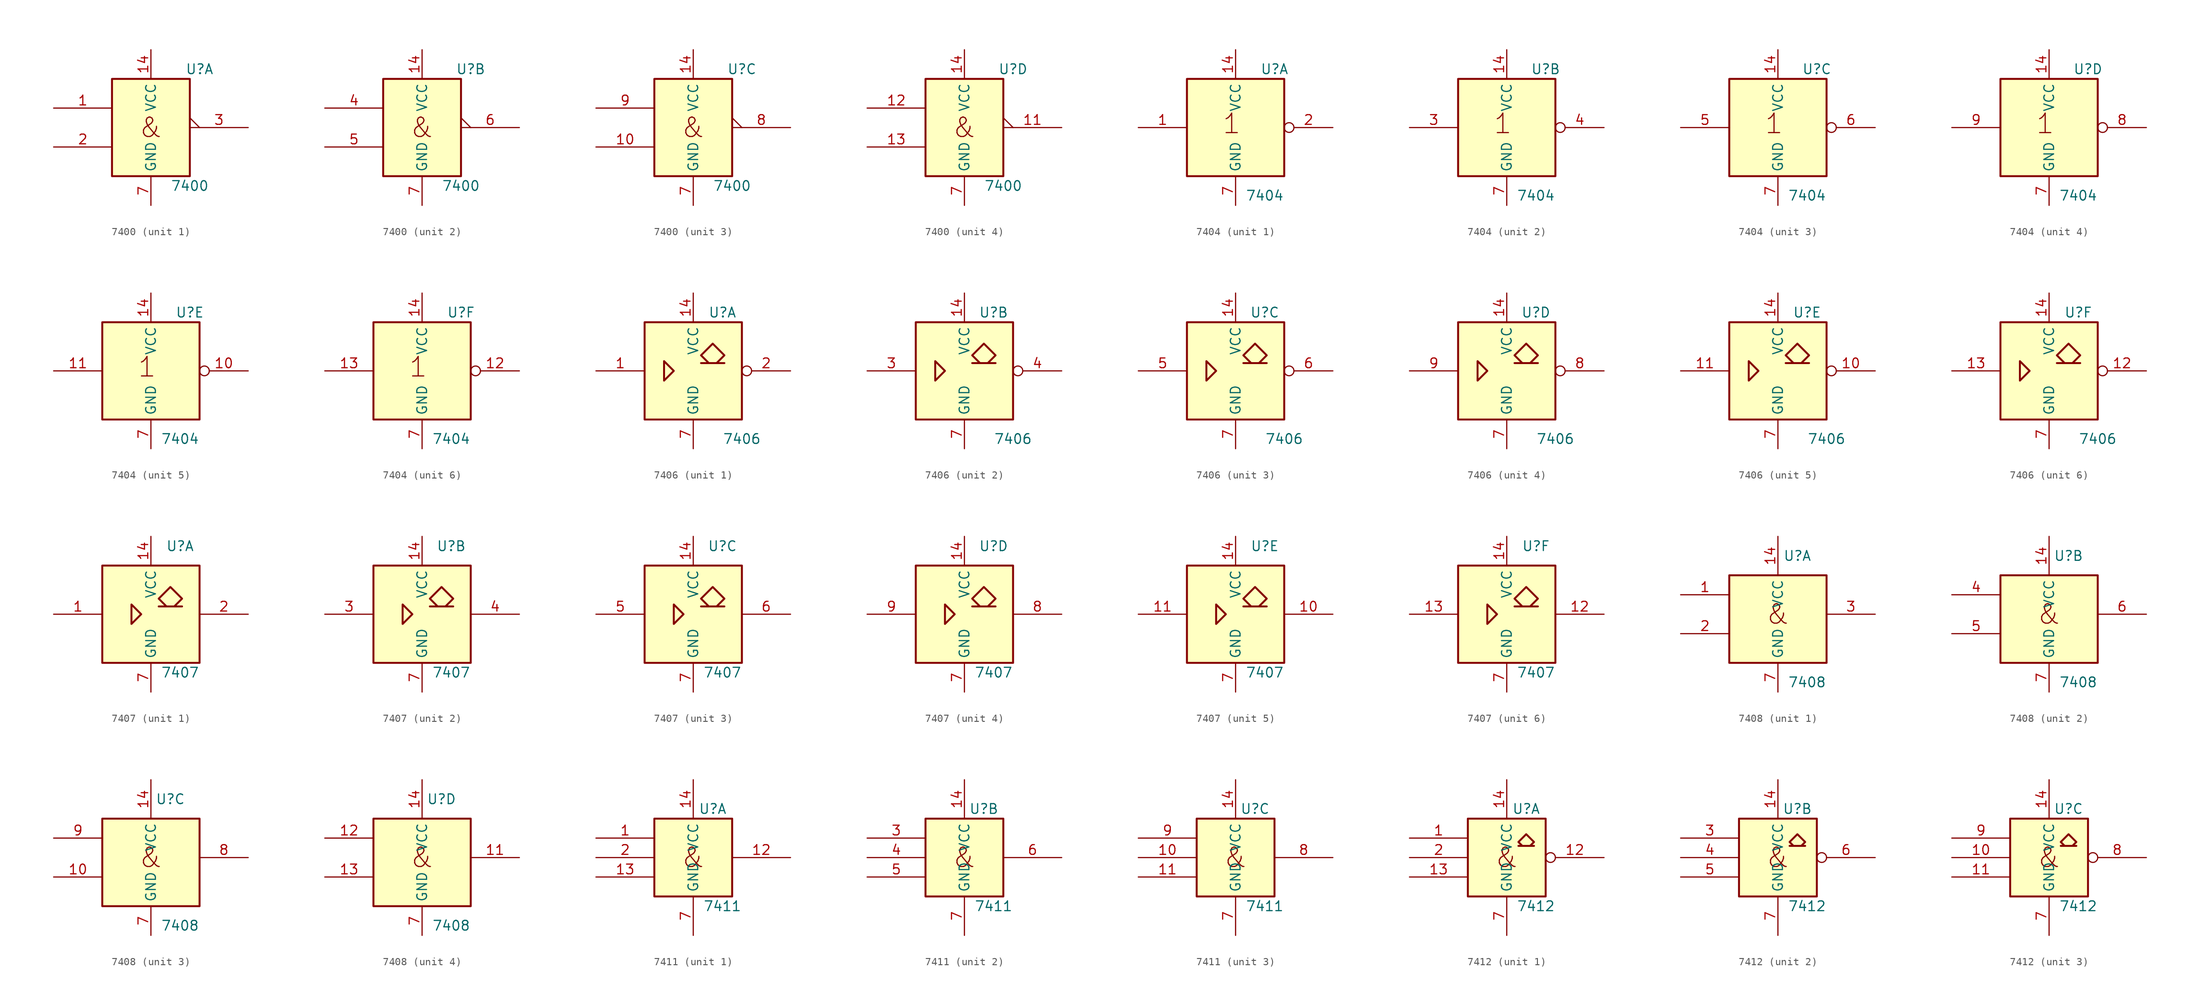
<source format=kicad_sym>
(kicad_symbol_lib
  (version 20231120)
  (generator "kicad_symbol_editor")
  (generator_version "8.0")
  (symbol "7400"
    (property "Reference" "U"
      (at 6.35 7.62 0)
      (effects (font (size 1.27 1.27))))
    (property "Value" "7400"
      (at 5.08 -7.62 0)
      (effects (font (size 1.27 1.27))))
    (symbol "7400_0_0"
      (text "&" (at 0 0 0) (effects (font (size 2.54 2.54)))))
    (symbol "7400_0_1"
      (rectangle (start -5.08 6.35) (end 5.08 -6.35) (stroke (width 0.254) (type default)) (fill (type background)))
      (pin power_in line (at 0 10.16 270) (length 3.81) (name "VCC" (effects (font (size 1.27 1.27)))) (number "14" (effects (font (size 1.27 1.27)))))
      (pin power_in line (at 0 -10.16 90) (length 3.81) (name "GND" (effects (font (size 1.27 1.27)))) (number "7" (effects (font (size 1.27 1.27))))))
    (symbol "7400_1_1"
      (pin input line (at -12.7 2.54 0) (length 7.62) (name "~" (effects (font (size 1.27 1.27)))) (number "1" (effects (font (size 1.27 1.27)))))
      (pin input line (at -12.7 -2.54 0) (length 7.62) (name "~" (effects (font (size 1.27 1.27)))) (number "2" (effects (font (size 1.27 1.27)))))
      (pin output output_low (at 12.7 0 180) (length 7.62) (name "~" (effects (font (size 1.27 1.27)))) (number "3" (effects (font (size 1.27 1.27))))))
    (symbol "7400_2_1"
      (pin input line (at -12.7 2.54 0) (length 7.62) (name "~" (effects (font (size 1.27 1.27)))) (number "4" (effects (font (size 1.27 1.27)))))
      (pin input line (at -12.7 -2.54 0) (length 7.62) (name "~" (effects (font (size 1.27 1.27)))) (number "5" (effects (font (size 1.27 1.27)))))
      (pin output output_low (at 12.7 0 180) (length 7.62) (name "~" (effects (font (size 1.27 1.27)))) (number "6" (effects (font (size 1.27 1.27))))))
    (symbol "7400_3_1"
      (pin input line (at -12.7 -2.54 0) (length 7.62) (name "~" (effects (font (size 1.27 1.27)))) (number "10" (effects (font (size 1.27 1.27)))))
      (pin output output_low (at 12.7 0 180) (length 7.62) (name "~" (effects (font (size 1.27 1.27)))) (number "8" (effects (font (size 1.27 1.27)))))
      (pin input line (at -12.7 2.54 0) (length 7.62) (name "~" (effects (font (size 1.27 1.27)))) (number "9" (effects (font (size 1.27 1.27))))))
    (symbol "7400_4_1"
      (pin output output_low (at 12.7 0 180) (length 7.62) (name "~" (effects (font (size 1.27 1.27)))) (number "11" (effects (font (size 1.27 1.27)))))
      (pin input line (at -12.7 2.54 0) (length 7.62) (name "~" (effects (font (size 1.27 1.27)))) (number "12" (effects (font (size 1.27 1.27)))))
      (pin input line (at -12.7 -2.54 0) (length 7.62) (name "~" (effects (font (size 1.27 1.27)))) (number "13" (effects (font (size 1.27 1.27)))))))
  (symbol "7404"
    (property "Reference" "U"
      (at 5.08 7.62 0)
      (effects (font (size 1.27 1.27))))
    (property "Value" "7404"
      (at 3.81 -8.89 0)
      (effects (font (size 1.27 1.27))))
    (symbol "7404_0_0"
      (text "1" (at -0.508 0.508 0) (effects (font (size 2.54 2.54)))))
    (symbol "7404_0_1"
      (rectangle (start -6.35 6.35) (end 6.35 -6.35) (stroke (width 0.254) (type default)) (fill (type background)))
      (pin power_in line (at 0 10.16 270) (length 3.81) (name "VCC" (effects (font (size 1.27 1.27)))) (number "14" (effects (font (size 1.27 1.27)))))
      (pin power_in line (at 0 -10.16 90) (length 3.81) (name "GND" (effects (font (size 1.27 1.27)))) (number "7" (effects (font (size 1.27 1.27))))))
    (symbol "7404_1_1"
      (pin input line (at -12.7 0 0) (length 6.35) (name "~" (effects (font (size 1.27 1.27)))) (number "1" (effects (font (size 1.27 1.27)))))
      (pin input inverted (at 12.7 0 180) (length 6.35) (name "~" (effects (font (size 1.27 1.27)))) (number "2" (effects (font (size 1.27 1.27))))))
    (symbol "7404_2_1"
      (pin input line (at -12.7 0 0) (length 6.35) (name "~" (effects (font (size 1.27 1.27)))) (number "3" (effects (font (size 1.27 1.27)))))
      (pin input inverted (at 12.7 0 180) (length 6.35) (name "~" (effects (font (size 1.27 1.27)))) (number "4" (effects (font (size 1.27 1.27))))))
    (symbol "7404_3_1"
      (pin input line (at -12.7 0 0) (length 6.35) (name "~" (effects (font (size 1.27 1.27)))) (number "5" (effects (font (size 1.27 1.27)))))
      (pin input inverted (at 12.7 0 180) (length 6.35) (name "~" (effects (font (size 1.27 1.27)))) (number "6" (effects (font (size 1.27 1.27))))))
    (symbol "7404_4_1"
      (pin input inverted (at 12.7 0 180) (length 6.35) (name "~" (effects (font (size 1.27 1.27)))) (number "8" (effects (font (size 1.27 1.27)))))
      (pin input line (at -12.7 0 0) (length 6.35) (name "~" (effects (font (size 1.27 1.27)))) (number "9" (effects (font (size 1.27 1.27))))))
    (symbol "7404_5_1"
      (pin input inverted (at 12.7 0 180) (length 6.35) (name "~" (effects (font (size 1.27 1.27)))) (number "10" (effects (font (size 1.27 1.27)))))
      (pin input line (at -12.7 0 0) (length 6.35) (name "~" (effects (font (size 1.27 1.27)))) (number "11" (effects (font (size 1.27 1.27))))))
    (symbol "7404_6_1"
      (pin input inverted (at 12.7 0 180) (length 6.35) (name "~" (effects (font (size 1.27 1.27)))) (number "12" (effects (font (size 1.27 1.27)))))
      (pin input line (at -12.7 0 0) (length 6.35) (name "~" (effects (font (size 1.27 1.27)))) (number "13" (effects (font (size 1.27 1.27)))))))
  (symbol "7406"
    (property "Reference" "U"
      (at 3.81 7.62 0)
      (effects (font (size 1.27 1.27))))
    (property "Value" "7406"
      (at 6.35 -8.89 0)
      (effects (font (size 1.27 1.27))))
    (symbol "7406_0_0"
      (polyline (pts (xy -3.81 1.27) (xy -3.81 -1.27) (xy -2.54 0) (xy -3.81 1.27) (xy -3.81 1.27)) (stroke (width 0.254) (type default)) (fill (type background)))
      (polyline (pts (xy 3.048 1.016) (xy 4.064 2.032) (xy 2.54 3.556) (xy 1.016 2.032) (xy 2.032 1.016) (xy 1.016 1.016) (xy 4.064 1.016) (xy 4.064 1.016)) (stroke (width 0.254) (type default)) (fill (type background))))
    (symbol "7406_0_1"
      (rectangle (start -6.35 6.35) (end 6.35 -6.35) (stroke (width 0.254) (type default)) (fill (type background)))
      (pin power_in line (at 0 10.16 270) (length 3.81) (name "VCC" (effects (font (size 1.27 1.27)))) (number "14" (effects (font (size 1.27 1.27)))))
      (pin power_in line (at 0 -10.16 90) (length 3.81) (name "GND" (effects (font (size 1.27 1.27)))) (number "7" (effects (font (size 1.27 1.27))))))
    (symbol "7406_1_1"
      (pin input line (at -12.7 0 0) (length 6.35) (name "~" (effects (font (size 1.27 1.27)))) (number "1" (effects (font (size 1.27 1.27)))))
      (pin open_collector inverted (at 12.7 0 180) (length 6.35) (name "~" (effects (font (size 1.27 1.27)))) (number "2" (effects (font (size 1.27 1.27))))))
    (symbol "7406_2_1"
      (pin input line (at -12.7 0 0) (length 6.35) (name "~" (effects (font (size 1.27 1.27)))) (number "3" (effects (font (size 1.27 1.27)))))
      (pin open_collector inverted (at 12.7 0 180) (length 6.35) (name "~" (effects (font (size 1.27 1.27)))) (number "4" (effects (font (size 1.27 1.27))))))
    (symbol "7406_3_1"
      (pin input line (at -12.7 0 0) (length 6.35) (name "~" (effects (font (size 1.27 1.27)))) (number "5" (effects (font (size 1.27 1.27)))))
      (pin open_collector inverted (at 12.7 0 180) (length 6.35) (name "~" (effects (font (size 1.27 1.27)))) (number "6" (effects (font (size 1.27 1.27))))))
    (symbol "7406_4_1"
      (pin open_collector inverted (at 12.7 0 180) (length 6.35) (name "~" (effects (font (size 1.27 1.27)))) (number "8" (effects (font (size 1.27 1.27)))))
      (pin input line (at -12.7 0 0) (length 6.35) (name "~" (effects (font (size 1.27 1.27)))) (number "9" (effects (font (size 1.27 1.27))))))
    (symbol "7406_5_1"
      (pin open_collector inverted (at 12.7 0 180) (length 6.35) (name "~" (effects (font (size 1.27 1.27)))) (number "10" (effects (font (size 1.27 1.27)))))
      (pin input line (at -12.7 0 0) (length 6.35) (name "~" (effects (font (size 1.27 1.27)))) (number "11" (effects (font (size 1.27 1.27))))))
    (symbol "7406_6_1"
      (pin open_collector inverted (at 12.7 0 180) (length 6.35) (name "~" (effects (font (size 1.27 1.27)))) (number "12" (effects (font (size 1.27 1.27)))))
      (pin input line (at -12.7 0 0) (length 6.35) (name "~" (effects (font (size 1.27 1.27)))) (number "13" (effects (font (size 1.27 1.27)))))))
  (symbol "7407"
    (property "Reference" "U"
      (at 3.81 8.89 0)
      (effects (font (size 1.27 1.27))))
    (property "Value" "7407"
      (at 3.81 -7.62 0)
      (effects (font (size 1.27 1.27))))
    (symbol "7407_0_1"
      (rectangle (start -6.35 6.35) (end 6.35 -6.35) (stroke (width 0.254) (type default)) (fill (type background)))
      (polyline (pts (xy -2.54 1.27) (xy -2.54 -1.27) (xy -1.27 0) (xy -2.54 1.27) (xy -2.54 1.27)) (stroke (width 0.254) (type default)) (fill (type background)))
      (polyline (pts (xy 3.048 1.016) (xy 4.064 2.032) (xy 2.54 3.556) (xy 1.016 2.032) (xy 2.032 1.016) (xy 1.016 1.016) (xy 4.064 1.016) (xy 4.064 1.016)) (stroke (width 0.254) (type default)) (fill (type background)))
      (pin power_in line (at 0 10.16 270) (length 3.81) (name "VCC" (effects (font (size 1.27 1.27)))) (number "14" (effects (font (size 1.27 1.27)))))
      (pin power_in line (at 0 -10.16 90) (length 3.81) (name "GND" (effects (font (size 1.27 1.27)))) (number "7" (effects (font (size 1.27 1.27))))))
    (symbol "7407_1_1"
      (pin input line (at -12.7 0 0) (length 6.35) (name "~" (effects (font (size 1.27 1.27)))) (number "1" (effects (font (size 1.27 1.27)))))
      (pin open_collector line (at 12.7 0 180) (length 6.35) (name "~" (effects (font (size 1.27 1.27)))) (number "2" (effects (font (size 1.27 1.27))))))
    (symbol "7407_2_1"
      (pin input line (at -12.7 0 0) (length 6.35) (name "~" (effects (font (size 1.27 1.27)))) (number "3" (effects (font (size 1.27 1.27)))))
      (pin open_collector line (at 12.7 0 180) (length 6.35) (name "~" (effects (font (size 1.27 1.27)))) (number "4" (effects (font (size 1.27 1.27))))))
    (symbol "7407_3_1"
      (pin input line (at -12.7 0 0) (length 6.35) (name "~" (effects (font (size 1.27 1.27)))) (number "5" (effects (font (size 1.27 1.27)))))
      (pin open_collector line (at 12.7 0 180) (length 6.35) (name "~" (effects (font (size 1.27 1.27)))) (number "6" (effects (font (size 1.27 1.27))))))
    (symbol "7407_4_1"
      (pin open_collector line (at 12.7 0 180) (length 6.35) (name "~" (effects (font (size 1.27 1.27)))) (number "8" (effects (font (size 1.27 1.27)))))
      (pin input line (at -12.7 0 0) (length 6.35) (name "~" (effects (font (size 1.27 1.27)))) (number "9" (effects (font (size 1.27 1.27))))))
    (symbol "7407_5_1"
      (pin open_collector line (at 12.7 0 180) (length 6.35) (name "~" (effects (font (size 1.27 1.27)))) (number "10" (effects (font (size 1.27 1.27)))))
      (pin input line (at -12.7 0 0) (length 6.35) (name "~" (effects (font (size 1.27 1.27)))) (number "11" (effects (font (size 1.27 1.27))))))
    (symbol "7407_6_1"
      (pin open_collector line (at 12.7 0 180) (length 6.35) (name "~" (effects (font (size 1.27 1.27)))) (number "12" (effects (font (size 1.27 1.27)))))
      (pin input line (at -12.7 0 0) (length 6.35) (name "~" (effects (font (size 1.27 1.27)))) (number "13" (effects (font (size 1.27 1.27)))))))
  (symbol "7408"
    (property "Reference" "U"
      (at 2.54 7.62 0)
      (effects (font (size 1.27 1.27))))
    (property "Value" "7408"
      (at 3.81 -8.89 0)
      (effects (font (size 1.27 1.27))))
    (symbol "7408_0_1"
      (rectangle (start -6.35 5.08) (end 6.35 -6.35) (stroke (width 0.254) (type default)) (fill (type background)))
      (text "&" (at 0 0 0) (effects (font (size 2.54 2.54))))
      (pin power_in line (at 0 10.16 270) (length 5.08) (name "VCC" (effects (font (size 1.27 1.27)))) (number "14" (effects (font (size 1.27 1.27)))))
      (pin power_in line (at 0 -10.16 90) (length 3.81) (name "GND" (effects (font (size 1.27 1.27)))) (number "7" (effects (font (size 1.27 1.27))))))
    (symbol "7408_1_1"
      (pin input line (at -12.7 2.54 0) (length 6.35) (name "~" (effects (font (size 1.27 1.27)))) (number "1" (effects (font (size 1.27 1.27)))))
      (pin input line (at -12.7 -2.54 0) (length 6.35) (name "~" (effects (font (size 1.27 1.27)))) (number "2" (effects (font (size 1.27 1.27)))))
      (pin output line (at 12.7 0 180) (length 6.35) (name "~" (effects (font (size 1.27 1.27)))) (number "3" (effects (font (size 1.27 1.27))))))
    (symbol "7408_2_1"
      (pin input line (at -12.7 2.54 0) (length 6.35) (name "~" (effects (font (size 1.27 1.27)))) (number "4" (effects (font (size 1.27 1.27)))))
      (pin input line (at -12.7 -2.54 0) (length 6.35) (name "~" (effects (font (size 1.27 1.27)))) (number "5" (effects (font (size 1.27 1.27)))))
      (pin input line (at 12.7 0 180) (length 6.35) (name "~" (effects (font (size 1.27 1.27)))) (number "6" (effects (font (size 1.27 1.27))))))
    (symbol "7408_3_1"
      (pin input line (at -12.7 -2.54 0) (length 6.35) (name "~" (effects (font (size 1.27 1.27)))) (number "10" (effects (font (size 1.27 1.27)))))
      (pin input line (at 12.7 0 180) (length 6.35) (name "~" (effects (font (size 1.27 1.27)))) (number "8" (effects (font (size 1.27 1.27)))))
      (pin input line (at -12.7 2.54 0) (length 6.35) (name "~" (effects (font (size 1.27 1.27)))) (number "9" (effects (font (size 1.27 1.27))))))
    (symbol "7408_4_1"
      (pin input line (at 12.7 0 180) (length 6.35) (name "~" (effects (font (size 1.27 1.27)))) (number "11" (effects (font (size 1.27 1.27)))))
      (pin input line (at -12.7 2.54 0) (length 6.35) (name "~" (effects (font (size 1.27 1.27)))) (number "12" (effects (font (size 1.27 1.27)))))
      (pin input line (at -12.7 -2.54 0) (length 6.35) (name "~" (effects (font (size 1.27 1.27)))) (number "13" (effects (font (size 1.27 1.27)))))))
  (symbol "7411"
    (property "Reference" "U"
      (at 2.54 6.35 0)
      (effects (font (size 1.27 1.27))))
    (property "Value" "7411"
      (at 3.81 -6.35 0)
      (effects (font (size 1.27 1.27))))
    (symbol "7411_0_0"
      (text "&" (at 0 0 0) (effects (font (size 2.54 2.54)))))
    (symbol "7411_0_1"
      (rectangle (start -5.08 5.08) (end 5.08 -5.08) (stroke (width 0.254) (type default)) (fill (type background)))
      (pin power_in line (at 0 10.16 270) (length 5.08) (name "VCC" (effects (font (size 1.27 1.27)))) (number "14" (effects (font (size 1.27 1.27)))))
      (pin power_in line (at 0 -10.16 90) (length 5.08) (name "GND" (effects (font (size 1.27 1.27)))) (number "7" (effects (font (size 1.27 1.27))))))
    (symbol "7411_1_1"
      (pin input line (at -12.7 2.54 0) (length 7.62) (name "~" (effects (font (size 1.27 1.27)))) (number "1" (effects (font (size 1.27 1.27)))))
      (pin output line (at 12.7 0 180) (length 7.62) (name "~" (effects (font (size 1.27 1.27)))) (number "12" (effects (font (size 1.27 1.27)))))
      (pin input line (at -12.7 -2.54 0) (length 7.62) (name "~" (effects (font (size 1.27 1.27)))) (number "13" (effects (font (size 1.27 1.27)))))
      (pin input line (at -12.7 0 0) (length 7.62) (name "~" (effects (font (size 1.27 1.27)))) (number "2" (effects (font (size 1.27 1.27))))))
    (symbol "7411_2_1"
      (pin input line (at -12.7 2.54 0) (length 7.62) (name "~" (effects (font (size 1.27 1.27)))) (number "3" (effects (font (size 1.27 1.27)))))
      (pin input line (at -12.7 0 0) (length 7.62) (name "~" (effects (font (size 1.27 1.27)))) (number "4" (effects (font (size 1.27 1.27)))))
      (pin input line (at -12.7 -2.54 0) (length 7.62) (name "~" (effects (font (size 1.27 1.27)))) (number "5" (effects (font (size 1.27 1.27)))))
      (pin output line (at 12.7 0 180) (length 7.62) (name "~" (effects (font (size 1.27 1.27)))) (number "6" (effects (font (size 1.27 1.27))))))
    (symbol "7411_3_1"
      (pin input line (at -12.7 0 0) (length 7.62) (name "~" (effects (font (size 1.27 1.27)))) (number "10" (effects (font (size 1.27 1.27)))))
      (pin input line (at -12.7 -2.54 0) (length 7.62) (name "~" (effects (font (size 1.27 1.27)))) (number "11" (effects (font (size 1.27 1.27)))))
      (pin output line (at 12.7 0 180) (length 7.62) (name "~" (effects (font (size 1.27 1.27)))) (number "8" (effects (font (size 1.27 1.27)))))
      (pin input line (at -12.7 2.54 0) (length 7.62) (name "~" (effects (font (size 1.27 1.27)))) (number "9" (effects (font (size 1.27 1.27)))))))
  (symbol "7412"
    (property "Reference" "U"
      (at 2.54 6.35 0)
      (effects (font (size 1.27 1.27))))
    (property "Value" "7412"
      (at 3.81 -6.35 0)
      (effects (font (size 1.27 1.27))))
    (symbol "7412_0_0"
      (polyline (pts (xy 2.032 1.524) (xy 1.524 2.032) (xy 2.54 3.048) (xy 3.556 2.032) (xy 3.048 1.524) (xy 3.556 1.524) (xy 1.524 1.524) (xy 1.524 1.524)) (stroke (width 0.254) (type default)) (fill (type background)))
      (text "&" (at 0 0 0) (effects (font (size 2.54 2.54)))))
    (symbol "7412_0_1"
      (rectangle (start -5.08 5.08) (end 5.08 -5.08) (stroke (width 0.254) (type default)) (fill (type background)))
      (pin power_in line (at 0 10.16 270) (length 5.08) (name "VCC" (effects (font (size 1.27 1.27)))) (number "14" (effects (font (size 1.27 1.27)))))
      (pin power_in line (at 0 -10.16 90) (length 5.08) (name "GND" (effects (font (size 1.27 1.27)))) (number "7" (effects (font (size 1.27 1.27))))))
    (symbol "7412_1_1"
      (pin input line (at -12.7 2.54 0) (length 7.62) (name "~" (effects (font (size 1.27 1.27)))) (number "1" (effects (font (size 1.27 1.27)))))
      (pin open_collector inverted (at 12.7 0 180) (length 7.62) (name "~" (effects (font (size 1.27 1.27)))) (number "12" (effects (font (size 1.27 1.27)))))
      (pin input line (at -12.7 -2.54 0) (length 7.62) (name "~" (effects (font (size 1.27 1.27)))) (number "13" (effects (font (size 1.27 1.27)))))
      (pin input line (at -12.7 0 0) (length 7.62) (name "~" (effects (font (size 1.27 1.27)))) (number "2" (effects (font (size 1.27 1.27))))))
    (symbol "7412_2_1"
      (pin input line (at -12.7 2.54 0) (length 7.62) (name "~" (effects (font (size 1.27 1.27)))) (number "3" (effects (font (size 1.27 1.27)))))
      (pin input line (at -12.7 0 0) (length 7.62) (name "~" (effects (font (size 1.27 1.27)))) (number "4" (effects (font (size 1.27 1.27)))))
      (pin input line (at -12.7 -2.54 0) (length 7.62) (name "~" (effects (font (size 1.27 1.27)))) (number "5" (effects (font (size 1.27 1.27)))))
      (pin open_collector inverted (at 12.7 0 180) (length 7.62) (name "~" (effects (font (size 1.27 1.27)))) (number "6" (effects (font (size 1.27 1.27))))))
    (symbol "7412_3_1"
      (pin input line (at -12.7 0 0) (length 7.62) (name "~" (effects (font (size 1.27 1.27)))) (number "10" (effects (font (size 1.27 1.27)))))
      (pin input line (at -12.7 -2.54 0) (length 7.62) (name "~" (effects (font (size 1.27 1.27)))) (number "11" (effects (font (size 1.27 1.27)))))
      (pin open_collector inverted (at 12.7 0 180) (length 7.62) (name "~" (effects (font (size 1.27 1.27)))) (number "8" (effects (font (size 1.27 1.27)))))
      (pin input line (at -12.7 2.54 0) (length 7.62) (name "~" (effects (font (size 1.27 1.27)))) (number "9" (effects (font (size 1.27 1.27))))))))
</source>
